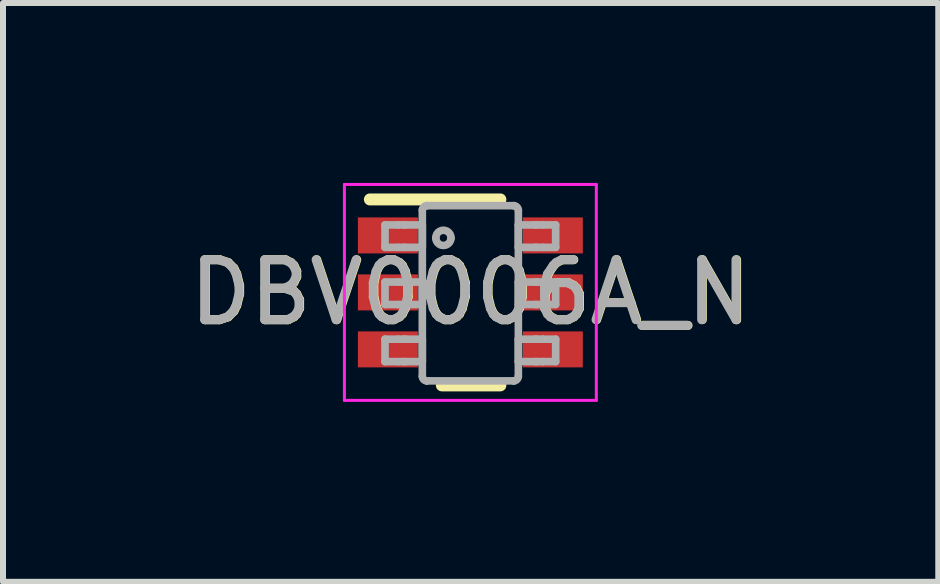
<source format=kicad_pcb>
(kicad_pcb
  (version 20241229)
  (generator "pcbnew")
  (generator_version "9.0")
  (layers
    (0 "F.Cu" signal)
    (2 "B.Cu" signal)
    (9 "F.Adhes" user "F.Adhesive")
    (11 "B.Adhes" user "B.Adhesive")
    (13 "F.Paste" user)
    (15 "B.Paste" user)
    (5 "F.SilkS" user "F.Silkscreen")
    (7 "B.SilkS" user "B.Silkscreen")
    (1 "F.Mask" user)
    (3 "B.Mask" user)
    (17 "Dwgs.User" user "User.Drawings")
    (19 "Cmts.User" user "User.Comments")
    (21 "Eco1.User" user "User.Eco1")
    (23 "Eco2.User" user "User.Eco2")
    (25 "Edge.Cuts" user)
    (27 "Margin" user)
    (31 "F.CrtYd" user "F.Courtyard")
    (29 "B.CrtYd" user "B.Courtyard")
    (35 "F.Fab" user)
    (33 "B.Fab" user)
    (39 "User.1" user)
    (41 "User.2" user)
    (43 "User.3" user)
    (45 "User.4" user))
  (footprint "DBV0006A_N"
    (layer "F.Cu")
    (at 4.792 1.825)
    (property "Reference" "DBV0006A_N" (at 0.01 0 0) (unlocked yes) (layer "F.SilkS") (effects (font (size 1 1) (thickness 0.15))))
    (attr smd)
    (fp_line (start -1.675 -1.55) (end 0.5 -1.55) (stroke (width 0.2) (type solid)) (layer "F.SilkS"))
    (fp_line (start -0.475 1.55) (end 0.5 1.55) (stroke (width 0.2) (type solid)) (layer "F.SilkS"))
    (fp_line (start -2.1 -1.8) (end 2.1 -1.8) (stroke (width 0.05) (type solid)) (layer "F.CrtYd"))
    (fp_line (start -2.1 1.8) (end -2.1 -1.8) (stroke (width 0.05) (type solid)) (layer "F.CrtYd"))
    (fp_line (start -2.1 1.8) (end 2.1 1.8) (stroke (width 0.05) (type solid)) (layer "F.CrtYd"))
    (fp_line (start 2.1 1.8) (end 2.1 -1.8) (stroke (width 0.05) (type solid)) (layer "F.CrtYd"))
    (fp_line (start -1.423 -1.125) (end -1.206 -1.125) (stroke (width 0.127) (type solid)) (layer "F.Fab"))
    (fp_line (start -1.423 -0.751) (end -1.423 -1.125) (stroke (width 0.127) (type solid)) (layer "F.Fab"))
    (fp_line (start -1.423 -0.751) (end -1.206 -0.751) (stroke (width 0.127) (type solid)) (layer "F.Fab"))
    (fp_line (start -1.423 -0.173) (end -1.206 -0.173) (stroke (width 0.127) (type solid)) (layer "F.Fab"))
    (fp_line (start -1.423 0.202) (end -1.423 -0.173) (stroke (width 0.127) (type solid)) (layer "F.Fab"))
    (fp_line (start -1.423 0.202) (end -1.206 0.202) (stroke (width 0.127) (type solid)) (layer "F.Fab"))
    (fp_line (start -1.423 0.78) (end -1.206 0.78) (stroke (width 0.127) (type solid)) (layer "F.Fab"))
    (fp_line (start -1.423 1.154) (end -1.423 0.78) (stroke (width 0.127) (type solid)) (layer "F.Fab"))
    (fp_line (start -1.423 1.154) (end -1.206 1.154) (stroke (width 0.127) (type solid)) (layer "F.Fab"))
    (fp_line (start -1.206 -1.125) (end -1.113 -1.125) (stroke (width 0.127) (type solid)) (layer "F.Fab"))
    (fp_line (start -1.206 -0.751) (end -1.113 -0.751) (stroke (width 0.127) (type solid)) (layer "F.Fab"))
    (fp_line (start -1.206 -0.173) (end -1.113 -0.173) (stroke (width 0.127) (type solid)) (layer "F.Fab"))
    (fp_line (start -1.206 0.202) (end -1.113 0.202) (stroke (width 0.127) (type solid)) (layer "F.Fab"))
    (fp_line (start -1.206 0.78) (end -1.113 0.78) (stroke (width 0.127) (type solid)) (layer "F.Fab"))
    (fp_line (start -1.206 1.154) (end -1.113 1.154) (stroke (width 0.127) (type solid)) (layer "F.Fab"))
    (fp_line (start -1.113 -1.125) (end -1.081 -1.125) (stroke (width 0.127) (type solid)) (layer "F.Fab"))
    (fp_line (start -1.113 -0.751) (end -1.081 -0.751) (stroke (width 0.127) (type solid)) (layer "F.Fab"))
    (fp_line (start -1.113 -0.173) (end -1.081 -0.173) (stroke (width 0.127) (type solid)) (layer "F.Fab"))
    (fp_line (start -1.113 0.202) (end -1.081 0.202) (stroke (width 0.127) (type solid)) (layer "F.Fab"))
    (fp_line (start -1.113 0.78) (end -1.081 0.78) (stroke (width 0.127) (type solid)) (layer "F.Fab"))
    (fp_line (start -1.113 1.154) (end -1.081 1.154) (stroke (width 0.127) (type solid)) (layer "F.Fab"))
    (fp_line (start -1.081 -1.125) (end -0.828 -1.125) (stroke (width 0.127) (type solid)) (layer "F.Fab"))
    (fp_line (start -1.081 -0.751) (end -0.828 -0.751) (stroke (width 0.127) (type solid)) (layer "F.Fab"))
    (fp_line (start -1.081 -0.173) (end -0.828 -0.173) (stroke (width 0.127) (type solid)) (layer "F.Fab"))
    (fp_line (start -1.081 0.202) (end -0.828 0.202) (stroke (width 0.127) (type solid)) (layer "F.Fab"))
    (fp_line (start -1.081 0.78) (end -0.828 0.78) (stroke (width 0.127) (type solid)) (layer "F.Fab"))
    (fp_line (start -1.081 1.154) (end -0.828 1.154) (stroke (width 0.127) (type solid)) (layer "F.Fab"))
    (fp_line (start -0.828 -1.125) (end -0.801 -1.125) (stroke (width 0.127) (type solid)) (layer "F.Fab"))
    (fp_line (start -0.828 -0.751) (end -0.801 -0.751) (stroke (width 0.127) (type solid)) (layer "F.Fab"))
    (fp_line (start -0.828 -0.173) (end -0.801 -0.173) (stroke (width 0.127) (type solid)) (layer "F.Fab"))
    (fp_line (start -0.828 0.202) (end -0.801 0.202) (stroke (width 0.127) (type solid)) (layer "F.Fab"))
    (fp_line (start -0.828 0.78) (end -0.801 0.78) (stroke (width 0.127) (type solid)) (layer "F.Fab"))
    (fp_line (start -0.828 1.154) (end -0.801 1.154) (stroke (width 0.127) (type solid)) (layer "F.Fab"))
    (fp_line (start -0.801 -0.751) (end -0.801 -1.125) (stroke (width 0.127) (type solid)) (layer "F.Fab"))
    (fp_line (start -0.801 0.202) (end -0.801 -0.173) (stroke (width 0.127) (type solid)) (layer "F.Fab"))
    (fp_line (start -0.801 1.154) (end -0.801 0.78) (stroke (width 0.127) (type solid)) (layer "F.Fab"))
    (fp_line (start -0.801 1.399) (end -0.801 -1.37) (stroke (width 0.127) (type solid)) (layer "F.Fab"))
    (fp_line (start -0.725 -1.446) (end -0.724 -1.446) (stroke (width 0.127) (type solid)) (layer "F.Fab"))
    (fp_line (start -0.725 1.475) (end -0.724 1.475) (stroke (width 0.127) (type solid)) (layer "F.Fab"))
    (fp_line (start -0.724 -1.446) (end 0.723 -1.446) (stroke (width 0.127) (type solid)) (layer "F.Fab"))
    (fp_line (start -0.724 1.475) (end 0.723 1.475) (stroke (width 0.127) (type solid)) (layer "F.Fab"))
    (fp_line (start 0.723 -1.446) (end 0.724 -1.446) (stroke (width 0.127) (type solid)) (layer "F.Fab"))
    (fp_line (start 0.723 1.475) (end 0.724 1.475) (stroke (width 0.127) (type solid)) (layer "F.Fab"))
    (fp_line (start 0.8 -1.125) (end 0.827 -1.125) (stroke (width 0.127) (type solid)) (layer "F.Fab"))
    (fp_line (start 0.8 -0.751) (end 0.8 -1.125) (stroke (width 0.127) (type solid)) (layer "F.Fab"))
    (fp_line (start 0.8 -0.751) (end 0.827 -0.751) (stroke (width 0.127) (type solid)) (layer "F.Fab"))
    (fp_line (start 0.8 -0.173) (end 0.827 -0.173) (stroke (width 0.127) (type solid)) (layer "F.Fab"))
    (fp_line (start 0.8 0.202) (end 0.8 -0.173) (stroke (width 0.127) (type solid)) (layer "F.Fab"))
    (fp_line (start 0.8 0.202) (end 0.827 0.202) (stroke (width 0.127) (type solid)) (layer "F.Fab"))
    (fp_line (start 0.8 0.78) (end 0.827 0.78) (stroke (width 0.127) (type solid)) (layer "F.Fab"))
    (fp_line (start 0.8 1.154) (end 0.8 0.78) (stroke (width 0.127) (type solid)) (layer "F.Fab"))
    (fp_line (start 0.8 1.154) (end 0.827 1.154) (stroke (width 0.127) (type solid)) (layer "F.Fab"))
    (fp_line (start 0.8 1.399) (end 0.8 -1.37) (stroke (width 0.127) (type solid)) (layer "F.Fab"))
    (fp_line (start 0.827 -1.125) (end 1.08 -1.125) (stroke (width 0.127) (type solid)) (layer "F.Fab"))
    (fp_line (start 0.827 -0.751) (end 1.08 -0.751) (stroke (width 0.127) (type solid)) (layer "F.Fab"))
    (fp_line (start 0.827 -0.173) (end 1.08 -0.173) (stroke (width 0.127) (type solid)) (layer "F.Fab"))
    (fp_line (start 0.827 0.202) (end 1.08 0.202) (stroke (width 0.127) (type solid)) (layer "F.Fab"))
    (fp_line (start 0.827 0.78) (end 1.08 0.78) (stroke (width 0.127) (type solid)) (layer "F.Fab"))
    (fp_line (start 0.827 1.154) (end 1.08 1.154) (stroke (width 0.127) (type solid)) (layer "F.Fab"))
    (fp_line (start 1.08 -1.125) (end 1.112 -1.125) (stroke (width 0.127) (type solid)) (layer "F.Fab"))
    (fp_line (start 1.08 -0.751) (end 1.112 -0.751) (stroke (width 0.127) (type solid)) (layer "F.Fab"))
    (fp_line (start 1.08 -0.173) (end 1.112 -0.173) (stroke (width 0.127) (type solid)) (layer "F.Fab"))
    (fp_line (start 1.08 0.202) (end 1.112 0.202) (stroke (width 0.127) (type solid)) (layer "F.Fab"))
    (fp_line (start 1.08 0.78) (end 1.112 0.78) (stroke (width 0.127) (type solid)) (layer "F.Fab"))
    (fp_line (start 1.08 1.154) (end 1.112 1.154) (stroke (width 0.127) (type solid)) (layer "F.Fab"))
    (fp_line (start 1.112 -1.125) (end 1.205 -1.125) (stroke (width 0.127) (type solid)) (layer "F.Fab"))
    (fp_line (start 1.112 -0.751) (end 1.205 -0.751) (stroke (width 0.127) (type solid)) (layer "F.Fab"))
    (fp_line (start 1.112 -0.173) (end 1.205 -0.173) (stroke (width 0.127) (type solid)) (layer "F.Fab"))
    (fp_line (start 1.112 0.202) (end 1.205 0.202) (stroke (width 0.127) (type solid)) (layer "F.Fab"))
    (fp_line (start 1.112 0.78) (end 1.205 0.78) (stroke (width 0.127) (type solid)) (layer "F.Fab"))
    (fp_line (start 1.112 1.154) (end 1.205 1.154) (stroke (width 0.127) (type solid)) (layer "F.Fab"))
    (fp_line (start 1.205 -1.125) (end 1.422 -1.125) (stroke (width 0.127) (type solid)) (layer "F.Fab"))
    (fp_line (start 1.205 -0.751) (end 1.422 -0.751) (stroke (width 0.127) (type solid)) (layer "F.Fab"))
    (fp_line (start 1.205 -0.173) (end 1.422 -0.173) (stroke (width 0.127) (type solid)) (layer "F.Fab"))
    (fp_line (start 1.205 0.202) (end 1.422 0.202) (stroke (width 0.127) (type solid)) (layer "F.Fab"))
    (fp_line (start 1.205 0.78) (end 1.422 0.78) (stroke (width 0.127) (type solid)) (layer "F.Fab"))
    (fp_line (start 1.205 1.154) (end 1.422 1.154) (stroke (width 0.127) (type solid)) (layer "F.Fab"))
    (fp_line (start 1.422 -0.751) (end 1.422 -1.125) (stroke (width 0.127) (type solid)) (layer "F.Fab"))
    (fp_line (start 1.422 0.202) (end 1.422 -0.173) (stroke (width 0.127) (type solid)) (layer "F.Fab"))
    (fp_line (start 1.422 1.154) (end 1.422 0.78) (stroke (width 0.127) (type solid)) (layer "F.Fab"))
    (fp_arc (start -0.800692 -1.369901) (mid -0.778512 -1.423533) (end -0.724999 -1.446) (stroke (width 0.127) (type solid)) (layer "F.Fab"))
    (fp_arc (start -0.724999 1.475002) (mid -0.778507 1.452548) (end -0.800692 1.398928) (stroke (width 0.127) (type solid)) (layer "F.Fab"))
    (fp_arc (start -0.576537 -0.906071) (mid -0.449562 -1.033046) (end -0.322588 -0.906071) (stroke (width 0.127) (type solid)) (layer "F.Fab"))
    (fp_arc (start -0.322588 -0.906071) (mid -0.449562 -0.779097) (end -0.576537 -0.906071) (stroke (width 0.127) (type solid)) (layer "F.Fab"))
    (fp_arc (start 0.723841 -1.446) (mid 0.777341 -1.423528) (end 0.799508 -1.369901) (stroke (width 0.127) (type solid)) (layer "F.Fab"))
    (fp_arc (start 0.799508 1.398928) (mid 0.777336 1.452543) (end 0.723841 1.475002) (stroke (width 0.127) (type solid)) (layer "F.Fab"))
    (fp_text user "${REFERENCE}" (at 0 0 0) (unlocked yes) (layer "F.Fab") (effects (font (size 1 1) (thickness 0.15))))
    (pad "1" smd rect (at -1.375 -0.95 90) (size 0.6 1) (layers "F.Cu" "F.Mask" "F.Paste"))
    (pad "2" smd rect (at -1.375 0 90) (size 0.6 1) (layers "F.Cu" "F.Mask" "F.Paste"))
    (pad "3" smd rect (at -1.375 0.95 90) (size 0.6 1) (layers "F.Cu" "F.Mask" "F.Paste"))
    (pad "4" smd rect (at 1.375 0.95 90) (size 0.6 1) (layers "F.Cu" "F.Mask" "F.Paste"))
    (pad "5" smd rect (at 1.375 0 90) (size 0.6 1) (layers "F.Cu" "F.Mask" "F.Paste"))
    (pad "6" smd rect (at 1.375 -0.95 90) (size 0.6 1) (layers "F.Cu" "F.Mask" "F.Paste")))
  (gr_rect
    (start -3 -3)
    (end 12.593 6.65)
    (stroke (width 0.1) (type default))
    (fill no)
    (layer "Edge.Cuts")))
</source>
